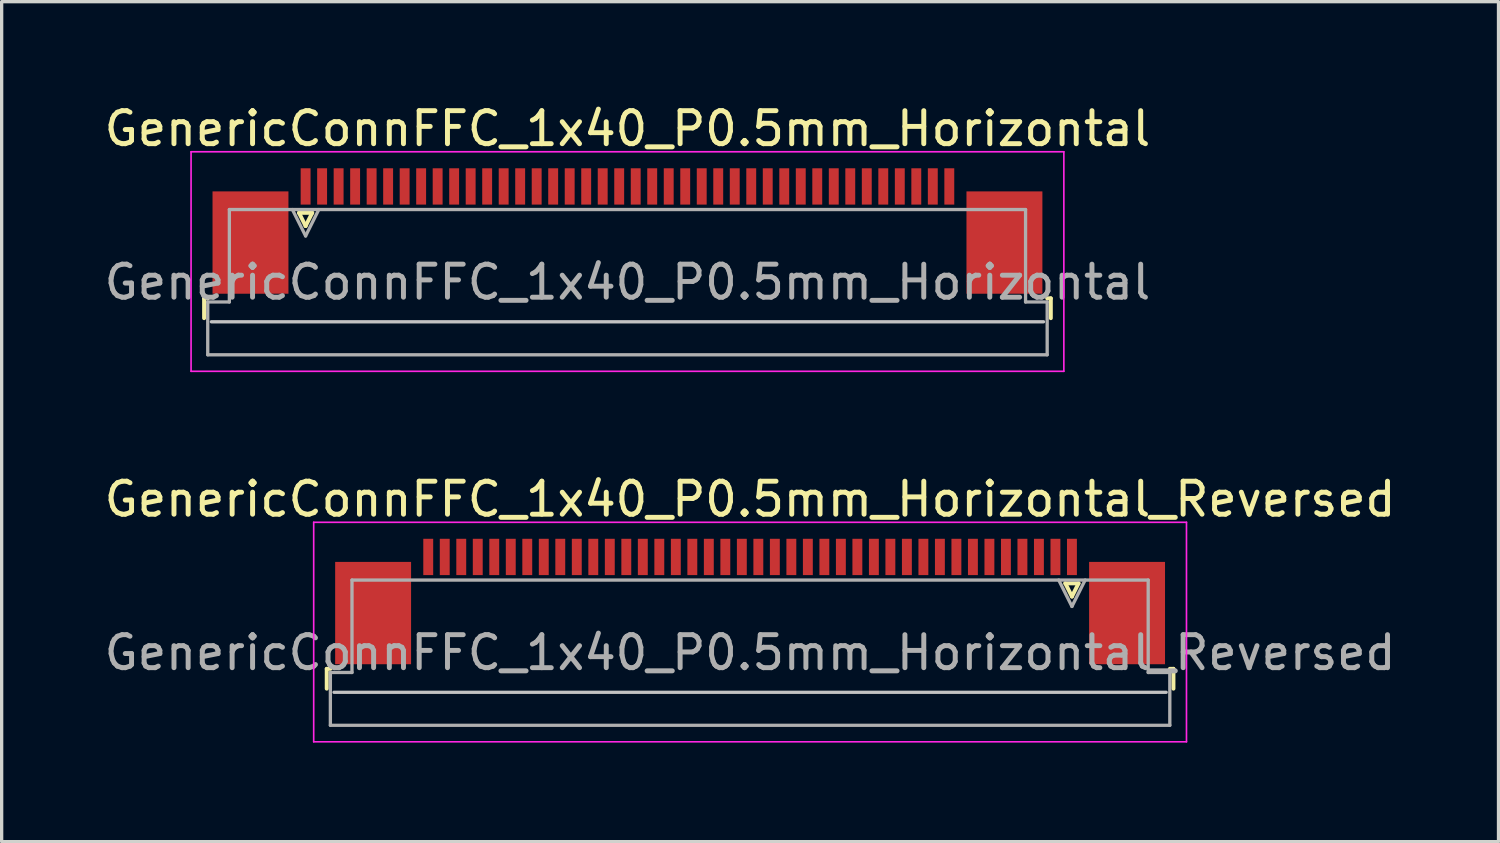
<source format=kicad_pcb>
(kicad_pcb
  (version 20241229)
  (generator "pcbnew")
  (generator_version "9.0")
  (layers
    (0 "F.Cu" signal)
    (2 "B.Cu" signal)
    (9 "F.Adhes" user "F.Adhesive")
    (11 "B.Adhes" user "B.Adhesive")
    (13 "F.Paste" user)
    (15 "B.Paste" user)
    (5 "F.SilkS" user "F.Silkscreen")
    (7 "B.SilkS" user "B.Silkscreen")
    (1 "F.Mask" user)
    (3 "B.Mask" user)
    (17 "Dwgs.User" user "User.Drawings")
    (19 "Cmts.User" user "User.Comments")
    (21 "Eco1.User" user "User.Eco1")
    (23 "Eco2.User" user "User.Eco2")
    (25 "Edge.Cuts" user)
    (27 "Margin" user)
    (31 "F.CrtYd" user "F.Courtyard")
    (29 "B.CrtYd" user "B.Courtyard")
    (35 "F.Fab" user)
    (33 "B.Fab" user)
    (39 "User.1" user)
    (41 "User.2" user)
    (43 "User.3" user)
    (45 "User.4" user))
  (footprint "GenericConnFFC_1x40_P0.5mm_Horizontal_Reversed"
    (layer "F.Cu")
    (at 19.673 16.172)
    (property "Reference" "GenericConnFFC_1x40_P0.5mm_Horizontal_Reversed" (at 0 -4.1 0) (layer "F.SilkS") (effects (font (size 1 1) (thickness 0.15))))
    (attr smd)
    (fp_line (start -12.825 1.04) (end -12.825 1.64) (stroke (width 0.12) (type solid)) (layer "F.SilkS"))
    (fp_line (start -12.715 1.04) (end -12.825 1.04) (stroke (width 0.12) (type solid)) (layer "F.SilkS"))
    (fp_line (start 9.55 -1.55) (end 9.95 -1.55) (stroke (width 0.12) (type solid)) (layer "F.SilkS"))
    (fp_line (start 9.75 -1.15) (end 9.55 -1.55) (stroke (width 0.12) (type solid)) (layer "F.SilkS"))
    (fp_line (start 9.95 -1.55) (end 9.75 -1.15) (stroke (width 0.12) (type solid)) (layer "F.SilkS"))
    (fp_line (start 12.715 1.04) (end 12.825 1.04) (stroke (width 0.12) (type solid)) (layer "F.SilkS"))
    (fp_line (start 12.825 1.04) (end 12.825 1.64) (stroke (width 0.12) (type solid)) (layer "F.SilkS"))
    (fp_line (start -12.605 1.75) (end 12.605 1.75) (stroke (width 0.1) (type solid)) (layer "Dwgs.User"))
    (fp_line (start -13.22 -3.4) (end 13.22 -3.4) (stroke (width 0.05) (type solid)) (layer "F.CrtYd"))
    (fp_line (start -13.22 3.25) (end -13.22 -3.4) (stroke (width 0.05) (type solid)) (layer "F.CrtYd"))
    (fp_line (start 13.22 -3.4) (end 13.22 3.25) (stroke (width 0.05) (type solid)) (layer "F.CrtYd"))
    (fp_line (start 13.22 3.25) (end -13.22 3.25) (stroke (width 0.05) (type solid)) (layer "F.CrtYd"))
    (fp_line (start -12.715 1.15) (end -12.715 2.75) (stroke (width 0.1) (type solid)) (layer "F.Fab"))
    (fp_line (start -12.715 2.75) (end 12.715 2.75) (stroke (width 0.1) (type solid)) (layer "F.Fab"))
    (fp_line (start -12.06 -1.65) (end -12.06 1.15) (stroke (width 0.1) (type solid)) (layer "F.Fab"))
    (fp_line (start -12.06 1.15) (end -12.715 1.15) (stroke (width 0.1) (type solid)) (layer "F.Fab"))
    (fp_line (start 9.75 -0.85) (end 9.35 -1.65) (stroke (width 0.1) (type solid)) (layer "F.Fab"))
    (fp_line (start 10.15 -1.65) (end 9.75 -0.85) (stroke (width 0.1) (type solid)) (layer "F.Fab"))
    (fp_line (start 12.06 -1.65) (end -12.06 -1.65) (stroke (width 0.1) (type solid)) (layer "F.Fab"))
    (fp_line (start 12.06 1.15) (end 12.06 -1.65) (stroke (width 0.1) (type solid)) (layer "F.Fab"))
    (fp_line (start 12.715 1.15) (end 12.06 1.15) (stroke (width 0.1) (type solid)) (layer "F.Fab"))
    (fp_line (start 12.715 2.75) (end 12.715 1.15) (stroke (width 0.1) (type solid)) (layer "F.Fab"))
    (fp_text user "${REFERENCE}" (at 0 0.55 0) (layer "F.Fab") (effects (font (size 1 1) (thickness 0.15))))
    (pad "1" smd rect (at 9.75 -2.35) (size 0.3 1.1) (layers "F.Cu" "F.Mask" "F.Paste"))
    (pad "2" smd rect (at 9.25 -2.35) (size 0.3 1.1) (layers "F.Cu" "F.Mask" "F.Paste"))
    (pad "3" smd rect (at 8.75 -2.35) (size 0.3 1.1) (layers "F.Cu" "F.Mask" "F.Paste"))
    (pad "4" smd rect (at 8.25 -2.35) (size 0.3 1.1) (layers "F.Cu" "F.Mask" "F.Paste"))
    (pad "5" smd rect (at 7.75 -2.35) (size 0.3 1.1) (layers "F.Cu" "F.Mask" "F.Paste"))
    (pad "6" smd rect (at 7.25 -2.35) (size 0.3 1.1) (layers "F.Cu" "F.Mask" "F.Paste"))
    (pad "7" smd rect (at 6.75 -2.35) (size 0.3 1.1) (layers "F.Cu" "F.Mask" "F.Paste"))
    (pad "8" smd rect (at 6.25 -2.35) (size 0.3 1.1) (layers "F.Cu" "F.Mask" "F.Paste"))
    (pad "9" smd rect (at 5.75 -2.35) (size 0.3 1.1) (layers "F.Cu" "F.Mask" "F.Paste"))
    (pad "10" smd rect (at 5.25 -2.35) (size 0.3 1.1) (layers "F.Cu" "F.Mask" "F.Paste"))
    (pad "11" smd rect (at 4.75 -2.35) (size 0.3 1.1) (layers "F.Cu" "F.Mask" "F.Paste"))
    (pad "12" smd rect (at 4.25 -2.35) (size 0.3 1.1) (layers "F.Cu" "F.Mask" "F.Paste"))
    (pad "13" smd rect (at 3.75 -2.35) (size 0.3 1.1) (layers "F.Cu" "F.Mask" "F.Paste"))
    (pad "14" smd rect (at 3.25 -2.35) (size 0.3 1.1) (layers "F.Cu" "F.Mask" "F.Paste"))
    (pad "15" smd rect (at 2.75 -2.35) (size 0.3 1.1) (layers "F.Cu" "F.Mask" "F.Paste"))
    (pad "16" smd rect (at 2.25 -2.35) (size 0.3 1.1) (layers "F.Cu" "F.Mask" "F.Paste"))
    (pad "17" smd rect (at 1.75 -2.35) (size 0.3 1.1) (layers "F.Cu" "F.Mask" "F.Paste"))
    (pad "18" smd rect (at 1.25 -2.35) (size 0.3 1.1) (layers "F.Cu" "F.Mask" "F.Paste"))
    (pad "19" smd rect (at 0.75 -2.35) (size 0.3 1.1) (layers "F.Cu" "F.Mask" "F.Paste"))
    (pad "20" smd rect (at 0.25 -2.35) (size 0.3 1.1) (layers "F.Cu" "F.Mask" "F.Paste"))
    (pad "21" smd rect (at -0.25 -2.35) (size 0.3 1.1) (layers "F.Cu" "F.Mask" "F.Paste"))
    (pad "22" smd rect (at -0.75 -2.35) (size 0.3 1.1) (layers "F.Cu" "F.Mask" "F.Paste"))
    (pad "23" smd rect (at -1.25 -2.35) (size 0.3 1.1) (layers "F.Cu" "F.Mask" "F.Paste"))
    (pad "24" smd rect (at -1.75 -2.35) (size 0.3 1.1) (layers "F.Cu" "F.Mask" "F.Paste"))
    (pad "25" smd rect (at -2.25 -2.35) (size 0.3 1.1) (layers "F.Cu" "F.Mask" "F.Paste"))
    (pad "26" smd rect (at -2.75 -2.35) (size 0.3 1.1) (layers "F.Cu" "F.Mask" "F.Paste"))
    (pad "27" smd rect (at -3.25 -2.35) (size 0.3 1.1) (layers "F.Cu" "F.Mask" "F.Paste"))
    (pad "28" smd rect (at -3.75 -2.35) (size 0.3 1.1) (layers "F.Cu" "F.Mask" "F.Paste"))
    (pad "29" smd rect (at -4.25 -2.35) (size 0.3 1.1) (layers "F.Cu" "F.Mask" "F.Paste"))
    (pad "30" smd rect (at -4.75 -2.35) (size 0.3 1.1) (layers "F.Cu" "F.Mask" "F.Paste"))
    (pad "31" smd rect (at -5.25 -2.35) (size 0.3 1.1) (layers "F.Cu" "F.Mask" "F.Paste"))
    (pad "32" smd rect (at -5.75 -2.35) (size 0.3 1.1) (layers "F.Cu" "F.Mask" "F.Paste"))
    (pad "33" smd rect (at -6.25 -2.35) (size 0.3 1.1) (layers "F.Cu" "F.Mask" "F.Paste"))
    (pad "34" smd rect (at -6.75 -2.35) (size 0.3 1.1) (layers "F.Cu" "F.Mask" "F.Paste"))
    (pad "35" smd rect (at -7.25 -2.35) (size 0.3 1.1) (layers "F.Cu" "F.Mask" "F.Paste"))
    (pad "36" smd rect (at -7.75 -2.35) (size 0.3 1.1) (layers "F.Cu" "F.Mask" "F.Paste"))
    (pad "37" smd rect (at -8.25 -2.35) (size 0.3 1.1) (layers "F.Cu" "F.Mask" "F.Paste"))
    (pad "38" smd rect (at -8.75 -2.35) (size 0.3 1.1) (layers "F.Cu" "F.Mask" "F.Paste"))
    (pad "39" smd rect (at -9.25 -2.35) (size 0.3 1.1) (layers "F.Cu" "F.Mask" "F.Paste"))
    (pad "40" smd rect (at -9.75 -2.35) (size 0.3 1.1) (layers "F.Cu" "F.Mask" "F.Paste"))
    (pad "MP" smd rect (at -11.42 -0.65) (size 2.3 3.1) (layers "F.Cu" "F.Mask" "F.Paste"))
    (pad "MP" smd rect (at 11.42 -0.65) (size 2.3 3.1) (layers "F.Cu" "F.Mask" "F.Paste")))
  (footprint "GenericConnFFC_1x40_P0.5mm_Horizontal"
    (layer "F.Cu")
    (at 15.958 3.948)
    (property "Reference" "GenericConnFFC_1x40_P0.5mm_Horizontal" (at 0 -3.1 0) (layer "F.SilkS") (effects (font (size 1 1) (thickness 0.15))))
    (attr smd)
    (fp_line (start -12.825 2.04) (end -12.825 2.64) (stroke (width 0.12) (type solid)) (layer "F.SilkS"))
    (fp_line (start -12.715 2.04) (end -12.825 2.04) (stroke (width 0.12) (type solid)) (layer "F.SilkS"))
    (fp_line (start -9.95 -0.55) (end -9.75 -0.15) (stroke (width 0.12) (type solid)) (layer "F.SilkS"))
    (fp_line (start -9.75 -0.15) (end -9.55 -0.55) (stroke (width 0.12) (type solid)) (layer "F.SilkS"))
    (fp_line (start -9.55 -0.55) (end -9.95 -0.55) (stroke (width 0.12) (type solid)) (layer "F.SilkS"))
    (fp_line (start 12.715 2.04) (end 12.825 2.04) (stroke (width 0.12) (type solid)) (layer "F.SilkS"))
    (fp_line (start 12.825 2.04) (end 12.825 2.64) (stroke (width 0.12) (type solid)) (layer "F.SilkS"))
    (fp_line (start 12.605 2.75) (end -12.605 2.75) (stroke (width 0.1) (type solid)) (layer "Dwgs.User"))
    (fp_line (start -13.22 -2.4) (end -13.22 4.25) (stroke (width 0.05) (type solid)) (layer "F.CrtYd"))
    (fp_line (start -13.22 4.25) (end 13.22 4.25) (stroke (width 0.05) (type solid)) (layer "F.CrtYd"))
    (fp_line (start 13.22 -2.4) (end -13.22 -2.4) (stroke (width 0.05) (type solid)) (layer "F.CrtYd"))
    (fp_line (start 13.22 4.25) (end 13.22 -2.4) (stroke (width 0.05) (type solid)) (layer "F.CrtYd"))
    (fp_line (start -12.715 2.15) (end -12.06 2.15) (stroke (width 0.1) (type solid)) (layer "F.Fab"))
    (fp_line (start -12.715 3.75) (end -12.715 2.15) (stroke (width 0.1) (type solid)) (layer "F.Fab"))
    (fp_line (start -12.06 -0.65) (end 12.06 -0.65) (stroke (width 0.1) (type solid)) (layer "F.Fab"))
    (fp_line (start -12.06 2.15) (end -12.06 -0.65) (stroke (width 0.1) (type solid)) (layer "F.Fab"))
    (fp_line (start -10.15 -0.65) (end -9.75 0.15) (stroke (width 0.1) (type solid)) (layer "F.Fab"))
    (fp_line (start -9.75 0.15) (end -9.35 -0.65) (stroke (width 0.1) (type solid)) (layer "F.Fab"))
    (fp_line (start 12.06 -0.65) (end 12.06 2.15) (stroke (width 0.1) (type solid)) (layer "F.Fab"))
    (fp_line (start 12.06 2.15) (end 12.715 2.15) (stroke (width 0.1) (type solid)) (layer "F.Fab"))
    (fp_line (start 12.715 2.15) (end 12.715 3.75) (stroke (width 0.1) (type solid)) (layer "F.Fab"))
    (fp_line (start 12.715 3.75) (end -12.715 3.75) (stroke (width 0.1) (type solid)) (layer "F.Fab"))
    (fp_text user "${REFERENCE}" (at 0 1.55 0) (layer "F.Fab") (effects (font (size 1 1) (thickness 0.15))))
    (pad "1" smd rect (at -9.75 -1.35) (size 0.3 1.1) (layers "F.Cu" "F.Mask" "F.Paste"))
    (pad "2" smd rect (at -9.25 -1.35) (size 0.3 1.1) (layers "F.Cu" "F.Mask" "F.Paste"))
    (pad "3" smd rect (at -8.75 -1.35) (size 0.3 1.1) (layers "F.Cu" "F.Mask" "F.Paste"))
    (pad "4" smd rect (at -8.25 -1.35) (size 0.3 1.1) (layers "F.Cu" "F.Mask" "F.Paste"))
    (pad "5" smd rect (at -7.75 -1.35) (size 0.3 1.1) (layers "F.Cu" "F.Mask" "F.Paste"))
    (pad "6" smd rect (at -7.25 -1.35) (size 0.3 1.1) (layers "F.Cu" "F.Mask" "F.Paste"))
    (pad "7" smd rect (at -6.75 -1.35) (size 0.3 1.1) (layers "F.Cu" "F.Mask" "F.Paste"))
    (pad "8" smd rect (at -6.25 -1.35) (size 0.3 1.1) (layers "F.Cu" "F.Mask" "F.Paste"))
    (pad "9" smd rect (at -5.75 -1.35) (size 0.3 1.1) (layers "F.Cu" "F.Mask" "F.Paste"))
    (pad "10" smd rect (at -5.25 -1.35) (size 0.3 1.1) (layers "F.Cu" "F.Mask" "F.Paste"))
    (pad "11" smd rect (at -4.75 -1.35) (size 0.3 1.1) (layers "F.Cu" "F.Mask" "F.Paste"))
    (pad "12" smd rect (at -4.25 -1.35) (size 0.3 1.1) (layers "F.Cu" "F.Mask" "F.Paste"))
    (pad "13" smd rect (at -3.75 -1.35) (size 0.3 1.1) (layers "F.Cu" "F.Mask" "F.Paste"))
    (pad "14" smd rect (at -3.25 -1.35) (size 0.3 1.1) (layers "F.Cu" "F.Mask" "F.Paste"))
    (pad "15" smd rect (at -2.75 -1.35) (size 0.3 1.1) (layers "F.Cu" "F.Mask" "F.Paste"))
    (pad "16" smd rect (at -2.25 -1.35) (size 0.3 1.1) (layers "F.Cu" "F.Mask" "F.Paste"))
    (pad "17" smd rect (at -1.75 -1.35) (size 0.3 1.1) (layers "F.Cu" "F.Mask" "F.Paste"))
    (pad "18" smd rect (at -1.25 -1.35) (size 0.3 1.1) (layers "F.Cu" "F.Mask" "F.Paste"))
    (pad "19" smd rect (at -0.75 -1.35) (size 0.3 1.1) (layers "F.Cu" "F.Mask" "F.Paste"))
    (pad "20" smd rect (at -0.25 -1.35) (size 0.3 1.1) (layers "F.Cu" "F.Mask" "F.Paste"))
    (pad "21" smd rect (at 0.25 -1.35) (size 0.3 1.1) (layers "F.Cu" "F.Mask" "F.Paste"))
    (pad "22" smd rect (at 0.75 -1.35) (size 0.3 1.1) (layers "F.Cu" "F.Mask" "F.Paste"))
    (pad "23" smd rect (at 1.25 -1.35) (size 0.3 1.1) (layers "F.Cu" "F.Mask" "F.Paste"))
    (pad "24" smd rect (at 1.75 -1.35) (size 0.3 1.1) (layers "F.Cu" "F.Mask" "F.Paste"))
    (pad "25" smd rect (at 2.25 -1.35) (size 0.3 1.1) (layers "F.Cu" "F.Mask" "F.Paste"))
    (pad "26" smd rect (at 2.75 -1.35) (size 0.3 1.1) (layers "F.Cu" "F.Mask" "F.Paste"))
    (pad "27" smd rect (at 3.25 -1.35) (size 0.3 1.1) (layers "F.Cu" "F.Mask" "F.Paste"))
    (pad "28" smd rect (at 3.75 -1.35) (size 0.3 1.1) (layers "F.Cu" "F.Mask" "F.Paste"))
    (pad "29" smd rect (at 4.25 -1.35) (size 0.3 1.1) (layers "F.Cu" "F.Mask" "F.Paste"))
    (pad "30" smd rect (at 4.75 -1.35) (size 0.3 1.1) (layers "F.Cu" "F.Mask" "F.Paste"))
    (pad "31" smd rect (at 5.25 -1.35) (size 0.3 1.1) (layers "F.Cu" "F.Mask" "F.Paste"))
    (pad "32" smd rect (at 5.75 -1.35) (size 0.3 1.1) (layers "F.Cu" "F.Mask" "F.Paste"))
    (pad "33" smd rect (at 6.25 -1.35) (size 0.3 1.1) (layers "F.Cu" "F.Mask" "F.Paste"))
    (pad "34" smd rect (at 6.75 -1.35) (size 0.3 1.1) (layers "F.Cu" "F.Mask" "F.Paste"))
    (pad "35" smd rect (at 7.25 -1.35) (size 0.3 1.1) (layers "F.Cu" "F.Mask" "F.Paste"))
    (pad "36" smd rect (at 7.75 -1.35) (size 0.3 1.1) (layers "F.Cu" "F.Mask" "F.Paste"))
    (pad "37" smd rect (at 8.25 -1.35) (size 0.3 1.1) (layers "F.Cu" "F.Mask" "F.Paste"))
    (pad "38" smd rect (at 8.75 -1.35) (size 0.3 1.1) (layers "F.Cu" "F.Mask" "F.Paste"))
    (pad "39" smd rect (at 9.25 -1.35) (size 0.3 1.1) (layers "F.Cu" "F.Mask" "F.Paste"))
    (pad "40" smd rect (at 9.75 -1.35) (size 0.3 1.1) (layers "F.Cu" "F.Mask" "F.Paste"))
    (pad "MP" smd rect (at -11.42 0.35) (size 2.3 3.1) (layers "F.Cu" "F.Mask" "F.Paste"))
    (pad "MP" smd rect (at 11.42 0.35) (size 2.3 3.1) (layers "F.Cu" "F.Mask" "F.Paste")))
  (gr_rect
    (start -3 -3)
    (end 42.345 22.447)
    (stroke (width 0.1) (type default))
    (fill no)
    (layer "Edge.Cuts")))
</source>
